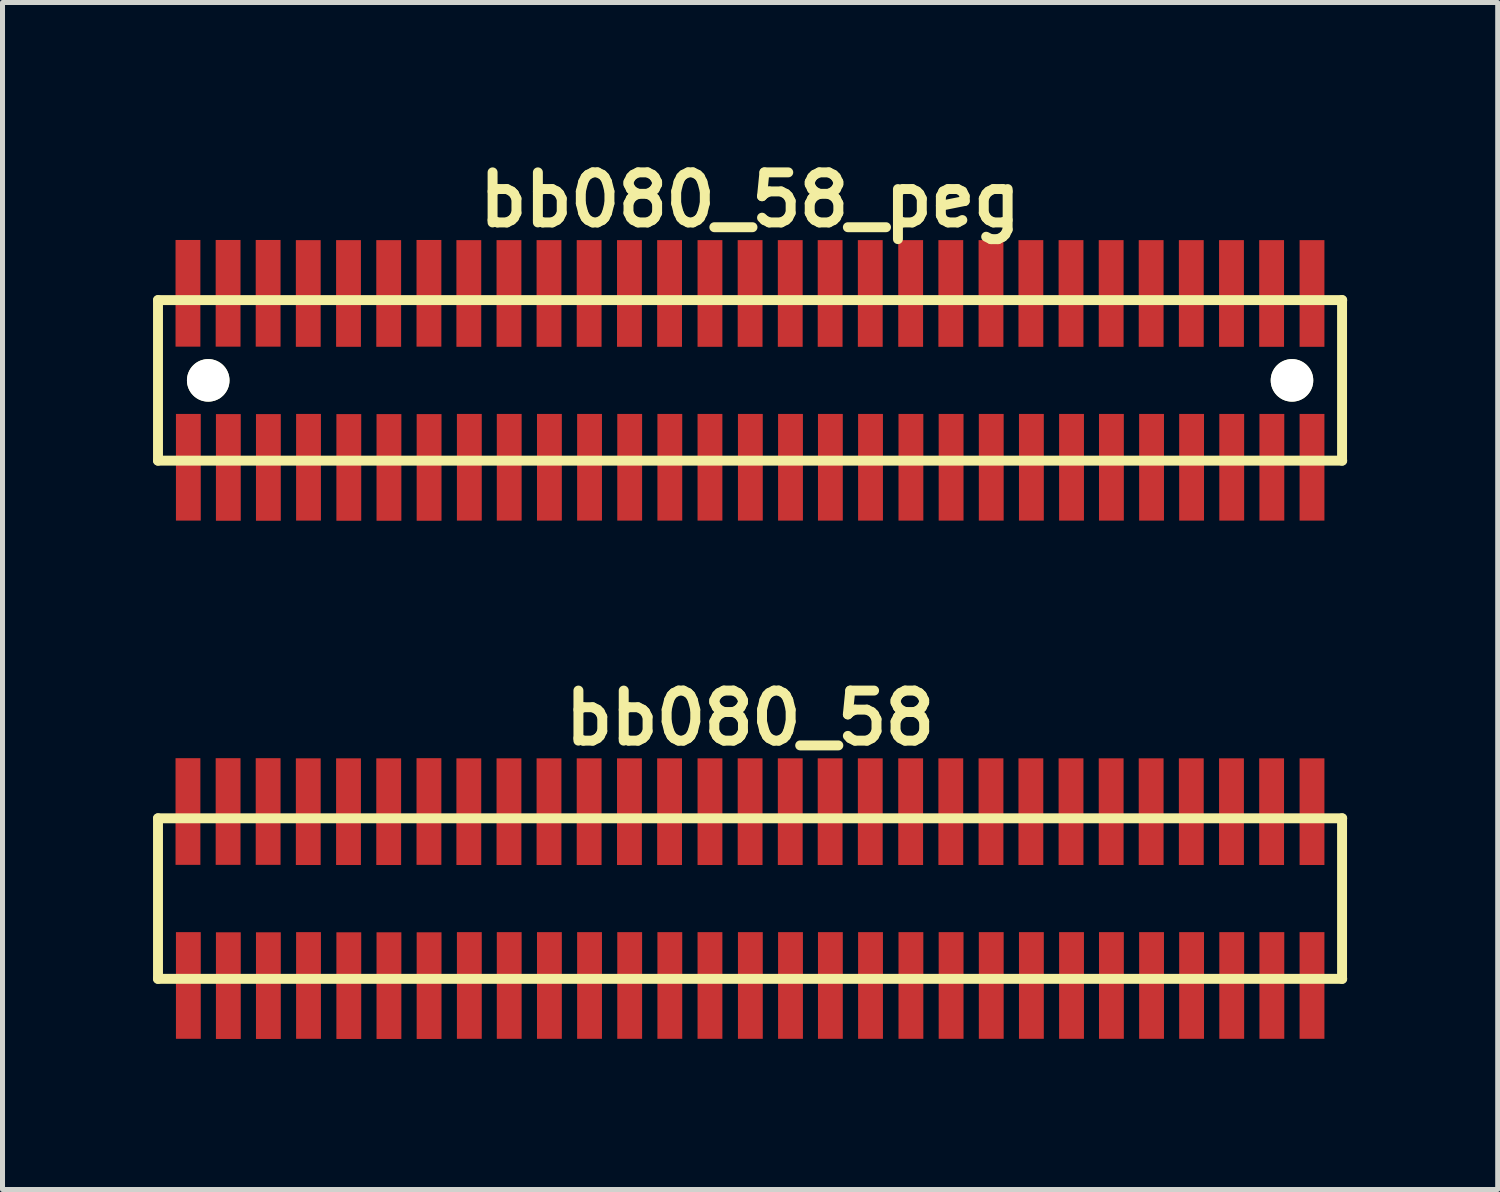
<source format=kicad_pcb>
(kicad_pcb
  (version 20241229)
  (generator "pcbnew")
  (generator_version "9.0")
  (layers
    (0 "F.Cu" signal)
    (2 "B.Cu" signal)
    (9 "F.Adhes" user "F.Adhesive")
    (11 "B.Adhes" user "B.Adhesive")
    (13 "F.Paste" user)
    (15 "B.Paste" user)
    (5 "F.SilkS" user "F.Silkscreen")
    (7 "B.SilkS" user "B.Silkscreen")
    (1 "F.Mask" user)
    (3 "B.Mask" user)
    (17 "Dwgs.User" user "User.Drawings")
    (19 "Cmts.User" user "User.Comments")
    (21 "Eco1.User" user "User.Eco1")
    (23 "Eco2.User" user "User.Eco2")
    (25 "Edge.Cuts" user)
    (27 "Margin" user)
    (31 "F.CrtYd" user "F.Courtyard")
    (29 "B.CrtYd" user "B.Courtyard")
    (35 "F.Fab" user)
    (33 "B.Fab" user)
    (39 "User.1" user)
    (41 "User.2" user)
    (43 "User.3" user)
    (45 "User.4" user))
  (footprint "bb080_58_peg"
    (layer "F.Cu")
    (at 11.9 4.531)
    (property "Reference" "bb080_58_peg" (at 0 -3.599 0) (layer "F.SilkS") (effects (font (size 0.998 0.998) (thickness 0.198))))
    (attr smd)
    (fp_line (start -11.801 -1.6) (end -11.801 1.6) (stroke (width 0.198) (type solid)) (layer "F.SilkS"))
    (fp_line (start -11.801 1.6) (end 11.801 1.6) (stroke (width 0.198) (type solid)) (layer "F.SilkS"))
    (fp_line (start 11.798 1.6) (end 11.798 -1.6) (stroke (width 0.198) (type solid)) (layer "F.SilkS"))
    (fp_line (start 11.801 -1.6) (end -11.801 -1.6) (stroke (width 0.198) (type solid)) (layer "F.SilkS"))
    (pad "" np_thru_hole circle (at -10.8 0) (size 0.848 0.848) (drill 0.848) (layers "*.Cu" "*.Mask" "F.SilkS"))
    (pad "" np_thru_hole circle (at 10.8 0) (size 0.848 0.848) (drill 0.848) (layers "*.Cu" "*.Mask" "F.SilkS"))
    (pad "1" smd rect (at -11.196 1.732) (size 0.495 2.126) (layers "F.Cu" "F.Mask" "F.Paste"))
    (pad "2" smd rect (at -11.204 -1.735) (size 0.495 2.126) (layers "F.Cu" "F.Mask" "F.Paste"))
    (pad "3" smd rect (at -10.399 1.735) (size 0.495 2.126) (layers "F.Cu" "F.Mask" "F.Paste"))
    (pad "4" smd rect (at -10.404 -1.735) (size 0.495 2.126) (layers "F.Cu" "F.Mask" "F.Paste"))
    (pad "5" smd rect (at -9.601 1.735) (size 0.495 2.126) (layers "F.Cu" "F.Mask" "F.Paste"))
    (pad "6" smd rect (at -9.606 -1.735) (size 0.495 2.126) (layers "F.Cu" "F.Mask" "F.Paste"))
    (pad "7" smd rect (at -8.801 1.732) (size 0.495 2.126) (layers "F.Cu" "F.Mask" "F.Paste"))
    (pad "8" smd rect (at -8.806 -1.732) (size 0.495 2.126) (layers "F.Cu" "F.Mask" "F.Paste"))
    (pad "9" smd rect (at -7.998 1.735) (size 0.495 2.126) (layers "F.Cu" "F.Mask" "F.Paste"))
    (pad "10" smd rect (at -8.004 -1.732) (size 0.495 2.126) (layers "F.Cu" "F.Mask" "F.Paste"))
    (pad "11" smd rect (at -7.198 1.735) (size 0.495 2.126) (layers "F.Cu" "F.Mask" "F.Paste"))
    (pad "12" smd rect (at -7.203 -1.732) (size 0.495 2.126) (layers "F.Cu" "F.Mask" "F.Paste"))
    (pad "13" smd rect (at -6.398 1.735) (size 0.495 2.126) (layers "F.Cu" "F.Mask" "F.Paste"))
    (pad "14" smd rect (at -6.401 -1.735) (size 0.495 2.126) (layers "F.Cu" "F.Mask" "F.Paste"))
    (pad "15" smd rect (at -5.596 1.732) (size 0.495 2.126) (layers "F.Cu" "F.Mask" "F.Paste"))
    (pad "16" smd rect (at -5.606 -1.732) (size 0.495 2.126) (layers "F.Cu" "F.Mask" "F.Paste"))
    (pad "17" smd rect (at -4.801 1.732) (size 0.495 2.126) (layers "F.Cu" "F.Mask" "F.Paste"))
    (pad "18" smd rect (at -4.806 -1.732) (size 0.495 2.126) (layers "F.Cu" "F.Mask" "F.Paste"))
    (pad "19" smd rect (at -4 1.732) (size 0.495 2.126) (layers "F.Cu" "F.Mask" "F.Paste"))
    (pad "20" smd rect (at -4.008 -1.732) (size 0.495 2.126) (layers "F.Cu" "F.Mask" "F.Paste"))
    (pad "21" smd rect (at -3.2 1.732) (size 0.495 2.126) (layers "F.Cu" "F.Mask" "F.Paste"))
    (pad "22" smd rect (at -3.208 -1.732) (size 0.495 2.126) (layers "F.Cu" "F.Mask" "F.Paste"))
    (pad "23" smd rect (at -2.4 1.732) (size 0.495 2.126) (layers "F.Cu" "F.Mask" "F.Paste"))
    (pad "24" smd rect (at -2.405 -1.732) (size 0.495 2.126) (layers "F.Cu" "F.Mask" "F.Paste"))
    (pad "25" smd rect (at -1.6 1.732) (size 0.495 2.126) (layers "F.Cu" "F.Mask" "F.Paste"))
    (pad "26" smd rect (at -1.605 -1.732) (size 0.495 2.126) (layers "F.Cu" "F.Mask" "F.Paste"))
    (pad "27" smd rect (at -0.8 1.732) (size 0.495 2.126) (layers "F.Cu" "F.Mask" "F.Paste"))
    (pad "28" smd rect (at -0.8 -1.732) (size 0.495 2.126) (layers "F.Cu" "F.Mask" "F.Paste"))
    (pad "29" smd rect (at 0.005 1.732) (size 0.495 2.126) (layers "F.Cu" "F.Mask" "F.Paste"))
    (pad "30" smd rect (at 0 -1.732) (size 0.495 2.126) (layers "F.Cu" "F.Mask" "F.Paste"))
    (pad "31" smd rect (at 0.805 1.732) (size 0.495 2.126) (layers "F.Cu" "F.Mask" "F.Paste"))
    (pad "32" smd rect (at 0.8 -1.732) (size 0.495 2.126) (layers "F.Cu" "F.Mask" "F.Paste"))
    (pad "33" smd rect (at 1.6 1.732) (size 0.495 2.126) (layers "F.Cu" "F.Mask" "F.Paste"))
    (pad "34" smd rect (at 1.595 -1.732) (size 0.495 2.126) (layers "F.Cu" "F.Mask" "F.Paste"))
    (pad "35" smd rect (at 2.4 1.732) (size 0.495 2.126) (layers "F.Cu" "F.Mask" "F.Paste"))
    (pad "36" smd rect (at 2.395 -1.732) (size 0.495 2.126) (layers "F.Cu" "F.Mask" "F.Paste"))
    (pad "37" smd rect (at 3.205 1.732) (size 0.495 2.126) (layers "F.Cu" "F.Mask" "F.Paste"))
    (pad "38" smd rect (at 3.2 -1.732) (size 0.495 2.126) (layers "F.Cu" "F.Mask" "F.Paste"))
    (pad "39" smd rect (at 4.006 1.732) (size 0.495 2.126) (layers "F.Cu" "F.Mask" "F.Paste"))
    (pad "40" smd rect (at 4 -1.732) (size 0.495 2.126) (layers "F.Cu" "F.Mask" "F.Paste"))
    (pad "41" smd rect (at 4.806 1.732) (size 0.495 2.126) (layers "F.Cu" "F.Mask" "F.Paste"))
    (pad "42" smd rect (at 4.801 -1.732) (size 0.495 2.126) (layers "F.Cu" "F.Mask" "F.Paste"))
    (pad "43" smd rect (at 5.606 1.732) (size 0.495 2.126) (layers "F.Cu" "F.Mask" "F.Paste"))
    (pad "44" smd rect (at 5.596 -1.732) (size 0.495 2.126) (layers "F.Cu" "F.Mask" "F.Paste"))
    (pad "45" smd rect (at 6.406 1.732) (size 0.495 2.126) (layers "F.Cu" "F.Mask" "F.Paste"))
    (pad "46" smd rect (at 6.396 -1.732) (size 0.495 2.126) (layers "F.Cu" "F.Mask" "F.Paste"))
    (pad "47" smd rect (at 7.201 1.732) (size 0.495 2.126) (layers "F.Cu" "F.Mask" "F.Paste"))
    (pad "48" smd rect (at 7.196 -1.732) (size 0.495 2.126) (layers "F.Cu" "F.Mask" "F.Paste"))
    (pad "49" smd rect (at 8.001 1.732) (size 0.495 2.126) (layers "F.Cu" "F.Mask" "F.Paste"))
    (pad "50" smd rect (at 7.993 -1.732) (size 0.495 2.126) (layers "F.Cu" "F.Mask" "F.Paste"))
    (pad "51" smd rect (at 8.799 1.732) (size 0.495 2.126) (layers "F.Cu" "F.Mask" "F.Paste"))
    (pad "52" smd rect (at 8.793 -1.732) (size 0.495 2.126) (layers "F.Cu" "F.Mask" "F.Paste"))
    (pad "53" smd rect (at 9.599 1.732) (size 0.495 2.126) (layers "F.Cu" "F.Mask" "F.Paste"))
    (pad "54" smd rect (at 9.594 -1.732) (size 0.495 2.126) (layers "F.Cu" "F.Mask" "F.Paste"))
    (pad "55" smd rect (at 10.399 1.732) (size 0.495 2.126) (layers "F.Cu" "F.Mask" "F.Paste"))
    (pad "56" smd rect (at 10.394 -1.732) (size 0.495 2.126) (layers "F.Cu" "F.Mask" "F.Paste"))
    (pad "57" smd rect (at 11.199 1.732) (size 0.495 2.126) (layers "F.Cu" "F.Mask" "F.Paste"))
    (pad "58" smd rect (at 11.199 -1.732) (size 0.495 2.126) (layers "F.Cu" "F.Mask" "F.Paste")))
  (footprint "bb080_58"
    (layer "F.Cu")
    (at 11.9 14.859)
    (property "Reference" "bb080_58" (at 0 -3.599 0) (layer "F.SilkS") (effects (font (size 0.998 0.998) (thickness 0.198))))
    (attr smd)
    (fp_line (start -11.801 -1.6) (end -11.801 1.6) (stroke (width 0.198) (type solid)) (layer "F.SilkS"))
    (fp_line (start -11.801 1.6) (end 11.801 1.6) (stroke (width 0.198) (type solid)) (layer "F.SilkS"))
    (fp_line (start 11.798 1.6) (end 11.798 -1.6) (stroke (width 0.198) (type solid)) (layer "F.SilkS"))
    (fp_line (start 11.801 -1.6) (end -11.801 -1.6) (stroke (width 0.198) (type solid)) (layer "F.SilkS"))
    (pad "1" smd rect (at -11.196 1.732) (size 0.495 2.126) (layers "F.Cu" "F.Mask" "F.Paste"))
    (pad "2" smd rect (at -11.204 -1.735) (size 0.495 2.126) (layers "F.Cu" "F.Mask" "F.Paste"))
    (pad "3" smd rect (at -10.399 1.735) (size 0.495 2.126) (layers "F.Cu" "F.Mask" "F.Paste"))
    (pad "4" smd rect (at -10.404 -1.735) (size 0.495 2.126) (layers "F.Cu" "F.Mask" "F.Paste"))
    (pad "5" smd rect (at -9.601 1.735) (size 0.495 2.126) (layers "F.Cu" "F.Mask" "F.Paste"))
    (pad "6" smd rect (at -9.606 -1.735) (size 0.495 2.126) (layers "F.Cu" "F.Mask" "F.Paste"))
    (pad "7" smd rect (at -8.801 1.732) (size 0.495 2.126) (layers "F.Cu" "F.Mask" "F.Paste"))
    (pad "8" smd rect (at -8.806 -1.732) (size 0.495 2.126) (layers "F.Cu" "F.Mask" "F.Paste"))
    (pad "9" smd rect (at -7.998 1.735) (size 0.495 2.126) (layers "F.Cu" "F.Mask" "F.Paste"))
    (pad "10" smd rect (at -8.004 -1.732) (size 0.495 2.126) (layers "F.Cu" "F.Mask" "F.Paste"))
    (pad "11" smd rect (at -7.198 1.735) (size 0.495 2.126) (layers "F.Cu" "F.Mask" "F.Paste"))
    (pad "12" smd rect (at -7.203 -1.732) (size 0.495 2.126) (layers "F.Cu" "F.Mask" "F.Paste"))
    (pad "13" smd rect (at -6.398 1.735) (size 0.495 2.126) (layers "F.Cu" "F.Mask" "F.Paste"))
    (pad "14" smd rect (at -6.401 -1.735) (size 0.495 2.126) (layers "F.Cu" "F.Mask" "F.Paste"))
    (pad "15" smd rect (at -5.596 1.732) (size 0.495 2.126) (layers "F.Cu" "F.Mask" "F.Paste"))
    (pad "16" smd rect (at -5.606 -1.732) (size 0.495 2.126) (layers "F.Cu" "F.Mask" "F.Paste"))
    (pad "17" smd rect (at -4.801 1.732) (size 0.495 2.126) (layers "F.Cu" "F.Mask" "F.Paste"))
    (pad "18" smd rect (at -4.806 -1.732) (size 0.495 2.126) (layers "F.Cu" "F.Mask" "F.Paste"))
    (pad "19" smd rect (at -4 1.732) (size 0.495 2.126) (layers "F.Cu" "F.Mask" "F.Paste"))
    (pad "20" smd rect (at -4.008 -1.732) (size 0.495 2.126) (layers "F.Cu" "F.Mask" "F.Paste"))
    (pad "21" smd rect (at -3.2 1.732) (size 0.495 2.126) (layers "F.Cu" "F.Mask" "F.Paste"))
    (pad "22" smd rect (at -3.208 -1.732) (size 0.495 2.126) (layers "F.Cu" "F.Mask" "F.Paste"))
    (pad "23" smd rect (at -2.4 1.732) (size 0.495 2.126) (layers "F.Cu" "F.Mask" "F.Paste"))
    (pad "24" smd rect (at -2.405 -1.732) (size 0.495 2.126) (layers "F.Cu" "F.Mask" "F.Paste"))
    (pad "25" smd rect (at -1.6 1.732) (size 0.495 2.126) (layers "F.Cu" "F.Mask" "F.Paste"))
    (pad "26" smd rect (at -1.605 -1.732) (size 0.495 2.126) (layers "F.Cu" "F.Mask" "F.Paste"))
    (pad "27" smd rect (at -0.8 1.732) (size 0.495 2.126) (layers "F.Cu" "F.Mask" "F.Paste"))
    (pad "28" smd rect (at -0.8 -1.732) (size 0.495 2.126) (layers "F.Cu" "F.Mask" "F.Paste"))
    (pad "29" smd rect (at 0.005 1.732) (size 0.495 2.126) (layers "F.Cu" "F.Mask" "F.Paste"))
    (pad "30" smd rect (at 0 -1.732) (size 0.495 2.126) (layers "F.Cu" "F.Mask" "F.Paste"))
    (pad "31" smd rect (at 0.805 1.732) (size 0.495 2.126) (layers "F.Cu" "F.Mask" "F.Paste"))
    (pad "32" smd rect (at 0.8 -1.732) (size 0.495 2.126) (layers "F.Cu" "F.Mask" "F.Paste"))
    (pad "33" smd rect (at 1.6 1.732) (size 0.495 2.126) (layers "F.Cu" "F.Mask" "F.Paste"))
    (pad "34" smd rect (at 1.595 -1.732) (size 0.495 2.126) (layers "F.Cu" "F.Mask" "F.Paste"))
    (pad "35" smd rect (at 2.4 1.732) (size 0.495 2.126) (layers "F.Cu" "F.Mask" "F.Paste"))
    (pad "36" smd rect (at 2.395 -1.732) (size 0.495 2.126) (layers "F.Cu" "F.Mask" "F.Paste"))
    (pad "37" smd rect (at 3.205 1.732) (size 0.495 2.126) (layers "F.Cu" "F.Mask" "F.Paste"))
    (pad "38" smd rect (at 3.2 -1.732) (size 0.495 2.126) (layers "F.Cu" "F.Mask" "F.Paste"))
    (pad "39" smd rect (at 4.006 1.732) (size 0.495 2.126) (layers "F.Cu" "F.Mask" "F.Paste"))
    (pad "40" smd rect (at 4 -1.732) (size 0.495 2.126) (layers "F.Cu" "F.Mask" "F.Paste"))
    (pad "41" smd rect (at 4.806 1.732) (size 0.495 2.126) (layers "F.Cu" "F.Mask" "F.Paste"))
    (pad "42" smd rect (at 4.801 -1.732) (size 0.495 2.126) (layers "F.Cu" "F.Mask" "F.Paste"))
    (pad "43" smd rect (at 5.606 1.732) (size 0.495 2.126) (layers "F.Cu" "F.Mask" "F.Paste"))
    (pad "44" smd rect (at 5.596 -1.732) (size 0.495 2.126) (layers "F.Cu" "F.Mask" "F.Paste"))
    (pad "45" smd rect (at 6.406 1.732) (size 0.495 2.126) (layers "F.Cu" "F.Mask" "F.Paste"))
    (pad "46" smd rect (at 6.396 -1.732) (size 0.495 2.126) (layers "F.Cu" "F.Mask" "F.Paste"))
    (pad "47" smd rect (at 7.201 1.732) (size 0.495 2.126) (layers "F.Cu" "F.Mask" "F.Paste"))
    (pad "48" smd rect (at 7.196 -1.732) (size 0.495 2.126) (layers "F.Cu" "F.Mask" "F.Paste"))
    (pad "49" smd rect (at 8.001 1.732) (size 0.495 2.126) (layers "F.Cu" "F.Mask" "F.Paste"))
    (pad "50" smd rect (at 7.993 -1.732) (size 0.495 2.126) (layers "F.Cu" "F.Mask" "F.Paste"))
    (pad "51" smd rect (at 8.799 1.732) (size 0.495 2.126) (layers "F.Cu" "F.Mask" "F.Paste"))
    (pad "52" smd rect (at 8.793 -1.732) (size 0.495 2.126) (layers "F.Cu" "F.Mask" "F.Paste"))
    (pad "53" smd rect (at 9.599 1.732) (size 0.495 2.126) (layers "F.Cu" "F.Mask" "F.Paste"))
    (pad "54" smd rect (at 9.594 -1.732) (size 0.495 2.126) (layers "F.Cu" "F.Mask" "F.Paste"))
    (pad "55" smd rect (at 10.399 1.732) (size 0.495 2.126) (layers "F.Cu" "F.Mask" "F.Paste"))
    (pad "56" smd rect (at 10.394 -1.732) (size 0.495 2.126) (layers "F.Cu" "F.Mask" "F.Paste"))
    (pad "57" smd rect (at 11.199 1.732) (size 0.495 2.126) (layers "F.Cu" "F.Mask" "F.Paste"))
    (pad "58" smd rect (at 11.199 -1.732) (size 0.495 2.126) (layers "F.Cu" "F.Mask" "F.Paste")))
  (gr_rect
    (start -3 -3)
    (end 26.8 20.657)
    (stroke (width 0.1) (type default))
    (fill no)
    (layer "Edge.Cuts")))
</source>
